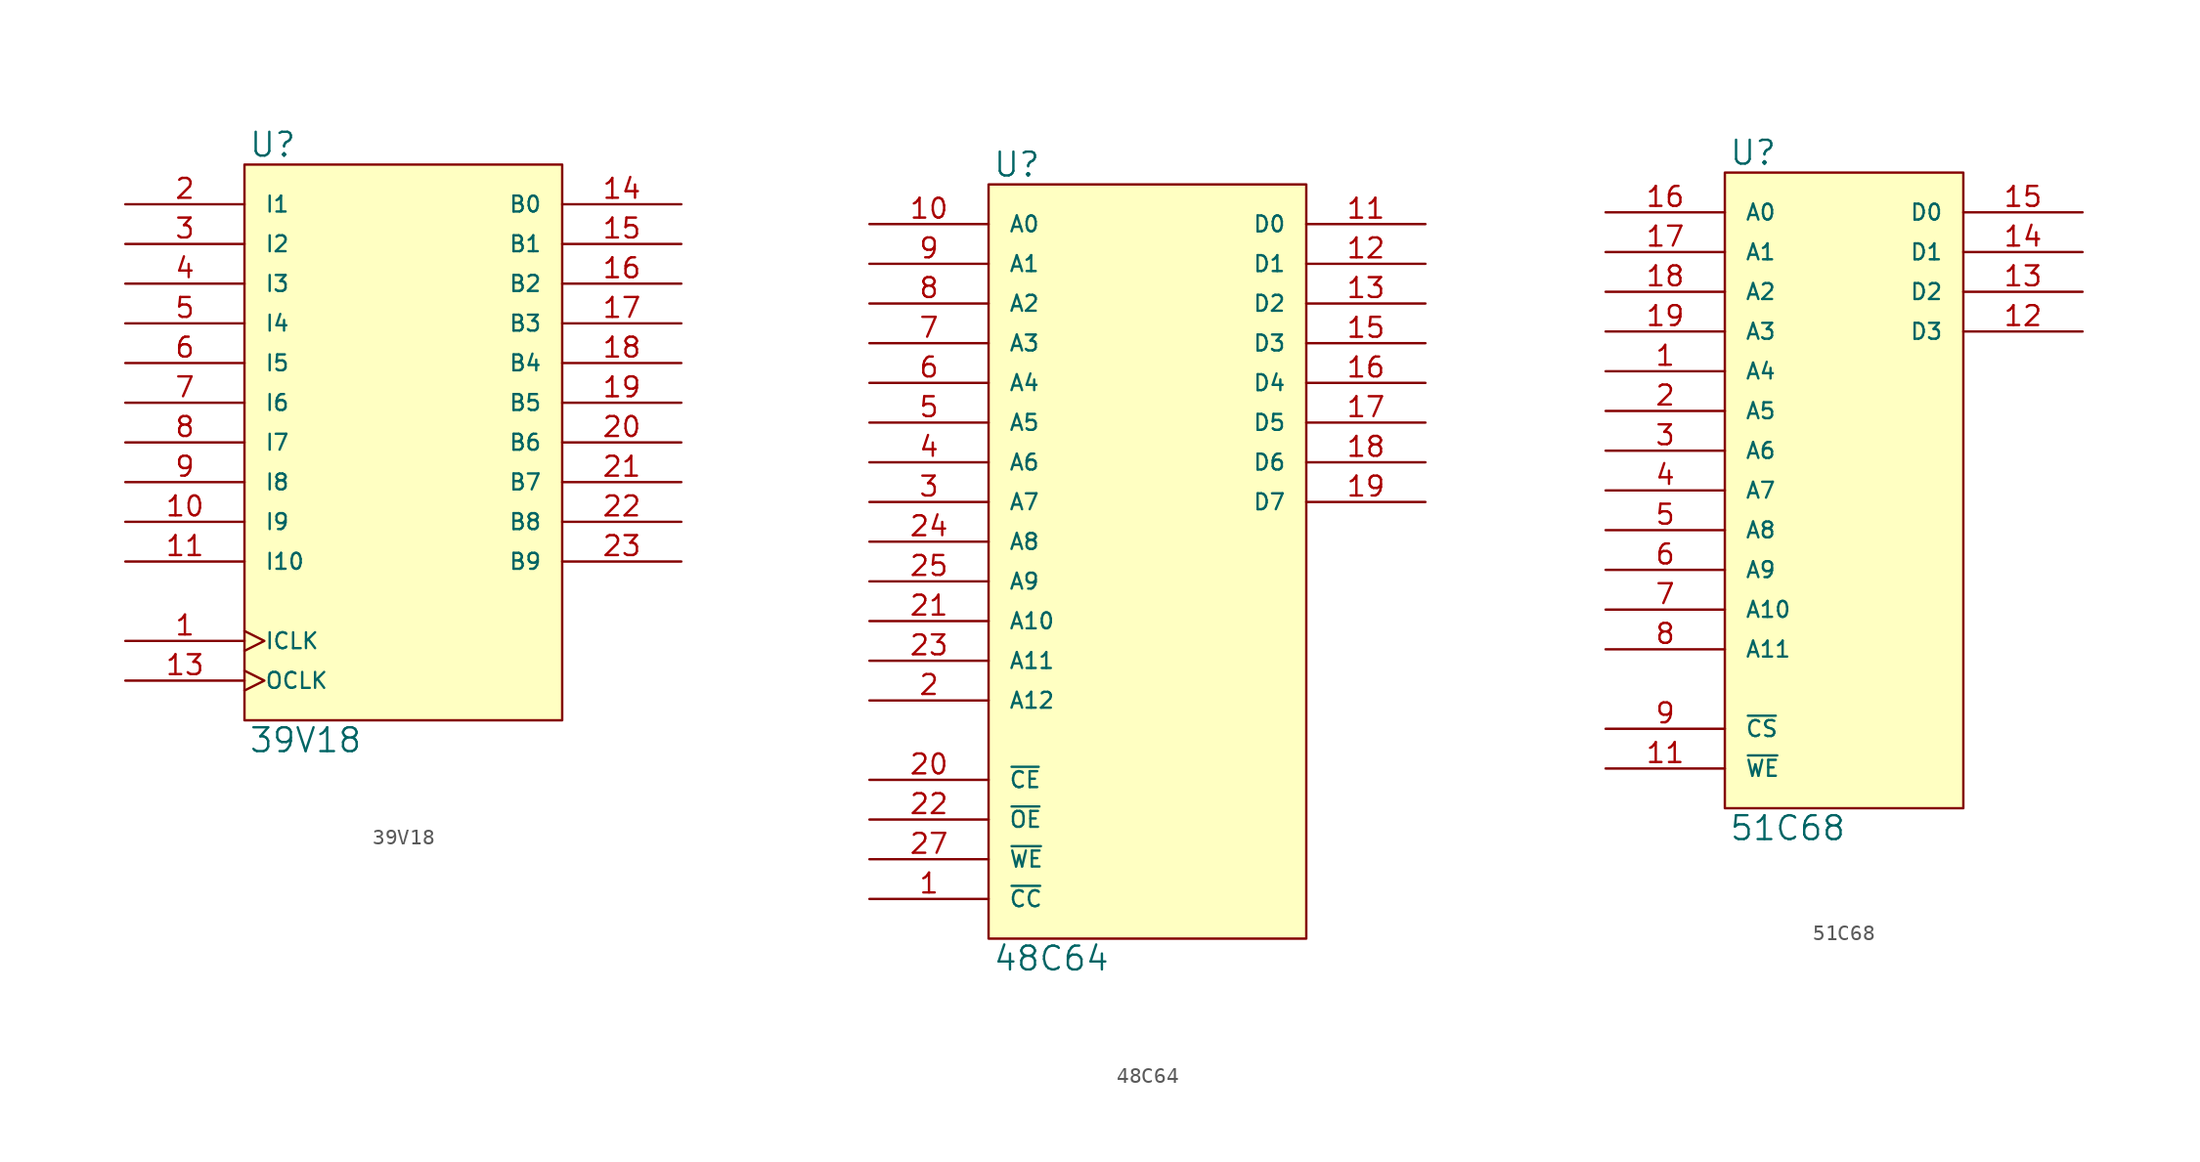
<source format=kicad_sym>
(kicad_symbol_lib
  (version 20231120)
  (generator "kicad_symbol_editor")
  (generator_version "8.0")
  (symbol "39V18"
    (pin_names
      (offset 1.27))
    (property "Reference" "U"
      (at 0.254 0.381 0)
      (effects (font (size 1.524 1.524)) (justify left bottom)))
    (property "Value" "39V18"
      (at 0.254 -35.941 0)
      (effects (font (size 1.524 1.524)) (justify left top)))
    (symbol "39V18_0_1"
      (rectangle (start 0 0) (end 20.32 -35.56) (stroke (width 0) (type solid)) (fill (type background))))
    (symbol "39V18_1_1"
      (pin input clock (at -7.62 -30.48 0) (length 7.62) (name "ICLK" (effects (font (size 1.016 1.016)))) (number "1" (effects (font (size 1.27 1.27)))))
      (pin input line (at -7.62 -22.86 0) (length 7.62) (name "I9" (effects (font (size 1.016 1.016)))) (number "10" (effects (font (size 1.27 1.27)))))
      (pin input line (at -7.62 -25.4 0) (length 7.62) (name "I10" (effects (font (size 1.016 1.016)))) (number "11" (effects (font (size 1.27 1.27)))))
      (pin power_in line (at 0 -35.56 90) (length 0) hide (name "GND" (effects (font (size 1.016 1.016)))) (number "12" (effects (font (size 1.27 1.27)))))
      (pin input clock (at -7.62 -33.02 0) (length 7.62) (name "OCLK" (effects (font (size 1.016 1.016)))) (number "13" (effects (font (size 1.27 1.27)))))
      (pin bidirectional line (at 27.94 -2.54 180) (length 7.62) (name "B0" (effects (font (size 1.016 1.016)))) (number "14" (effects (font (size 1.27 1.27)))))
      (pin bidirectional line (at 27.94 -5.08 180) (length 7.62) (name "B1" (effects (font (size 1.016 1.016)))) (number "15" (effects (font (size 1.27 1.27)))))
      (pin bidirectional line (at 27.94 -7.62 180) (length 7.62) (name "B2" (effects (font (size 1.016 1.016)))) (number "16" (effects (font (size 1.27 1.27)))))
      (pin bidirectional line (at 27.94 -10.16 180) (length 7.62) (name "B3" (effects (font (size 1.016 1.016)))) (number "17" (effects (font (size 1.27 1.27)))))
      (pin bidirectional line (at 27.94 -12.7 180) (length 7.62) (name "B4" (effects (font (size 1.016 1.016)))) (number "18" (effects (font (size 1.27 1.27)))))
      (pin bidirectional line (at 27.94 -15.24 180) (length 7.62) (name "B5" (effects (font (size 1.016 1.016)))) (number "19" (effects (font (size 1.27 1.27)))))
      (pin input line (at -7.62 -2.54 0) (length 7.62) (name "I1" (effects (font (size 1.016 1.016)))) (number "2" (effects (font (size 1.27 1.27)))))
      (pin bidirectional line (at 27.94 -17.78 180) (length 7.62) (name "B6" (effects (font (size 1.016 1.016)))) (number "20" (effects (font (size 1.27 1.27)))))
      (pin bidirectional line (at 27.94 -20.32 180) (length 7.62) (name "B7" (effects (font (size 1.016 1.016)))) (number "21" (effects (font (size 1.27 1.27)))))
      (pin bidirectional line (at 27.94 -22.86 180) (length 7.62) (name "B8" (effects (font (size 1.016 1.016)))) (number "22" (effects (font (size 1.27 1.27)))))
      (pin bidirectional line (at 27.94 -25.4 180) (length 7.62) (name "B9" (effects (font (size 1.016 1.016)))) (number "23" (effects (font (size 1.27 1.27)))))
      (pin power_in line (at 0 0 270) (length 0) hide (name "VCC" (effects (font (size 1.016 1.016)))) (number "24" (effects (font (size 1.27 1.27)))))
      (pin input line (at -7.62 -5.08 0) (length 7.62) (name "I2" (effects (font (size 1.016 1.016)))) (number "3" (effects (font (size 1.27 1.27)))))
      (pin input line (at -7.62 -7.62 0) (length 7.62) (name "I3" (effects (font (size 1.016 1.016)))) (number "4" (effects (font (size 1.27 1.27)))))
      (pin input line (at -7.62 -10.16 0) (length 7.62) (name "I4" (effects (font (size 1.016 1.016)))) (number "5" (effects (font (size 1.27 1.27)))))
      (pin input line (at -7.62 -12.7 0) (length 7.62) (name "I5" (effects (font (size 1.016 1.016)))) (number "6" (effects (font (size 1.27 1.27)))))
      (pin input line (at -7.62 -15.24 0) (length 7.62) (name "I6" (effects (font (size 1.016 1.016)))) (number "7" (effects (font (size 1.27 1.27)))))
      (pin input line (at -7.62 -17.78 0) (length 7.62) (name "I7" (effects (font (size 1.016 1.016)))) (number "8" (effects (font (size 1.27 1.27)))))
      (pin input line (at -7.62 -20.32 0) (length 7.62) (name "I8" (effects (font (size 1.016 1.016)))) (number "9" (effects (font (size 1.27 1.27)))))))
  (symbol "48C64"
    (pin_names
      (offset 1.27))
    (property "Reference" "U"
      (at 0.254 0.381 0)
      (effects (font (size 1.524 1.524)) (justify left bottom)))
    (property "Value" "48C64"
      (at 0.254 -48.641 0)
      (effects (font (size 1.524 1.524)) (justify left top)))
    (symbol "48C64_0_1"
      (rectangle (start 0 0) (end 20.32 -48.26) (stroke (width 0) (type solid)) (fill (type background))))
    (symbol "48C64_1_1"
      (pin input line (at -7.62 -45.72 0) (length 7.62) (name "~{CC}" (effects (font (size 1.016 1.016)))) (number "1" (effects (font (size 1.27 1.27)))))
      (pin input line (at -7.62 -2.54 0) (length 7.62) (name "A0" (effects (font (size 1.016 1.016)))) (number "10" (effects (font (size 1.27 1.27)))))
      (pin tri_state line (at 27.94 -2.54 180) (length 7.62) (name "D0" (effects (font (size 1.016 1.016)))) (number "11" (effects (font (size 1.27 1.27)))))
      (pin tri_state line (at 27.94 -5.08 180) (length 7.62) (name "D1" (effects (font (size 1.016 1.016)))) (number "12" (effects (font (size 1.27 1.27)))))
      (pin tri_state line (at 27.94 -7.62 180) (length 7.62) (name "D2" (effects (font (size 1.016 1.016)))) (number "13" (effects (font (size 1.27 1.27)))))
      (pin power_in line (at 0 -48.26 90) (length 0) hide (name "GND" (effects (font (size 1.016 1.016)))) (number "14" (effects (font (size 1.27 1.27)))))
      (pin tri_state line (at 27.94 -10.16 180) (length 7.62) (name "D3" (effects (font (size 1.016 1.016)))) (number "15" (effects (font (size 1.27 1.27)))))
      (pin tri_state line (at 27.94 -12.7 180) (length 7.62) (name "D4" (effects (font (size 1.016 1.016)))) (number "16" (effects (font (size 1.27 1.27)))))
      (pin tri_state line (at 27.94 -15.24 180) (length 7.62) (name "D5" (effects (font (size 1.016 1.016)))) (number "17" (effects (font (size 1.27 1.27)))))
      (pin tri_state line (at 27.94 -17.78 180) (length 7.62) (name "D6" (effects (font (size 1.016 1.016)))) (number "18" (effects (font (size 1.27 1.27)))))
      (pin tri_state line (at 27.94 -20.32 180) (length 7.62) (name "D7" (effects (font (size 1.016 1.016)))) (number "19" (effects (font (size 1.27 1.27)))))
      (pin input line (at -7.62 -33.02 0) (length 7.62) (name "A12" (effects (font (size 1.016 1.016)))) (number "2" (effects (font (size 1.27 1.27)))))
      (pin input line (at -7.62 -38.1 0) (length 7.62) (name "~{CE}" (effects (font (size 1.016 1.016)))) (number "20" (effects (font (size 1.27 1.27)))))
      (pin input line (at -7.62 -27.94 0) (length 7.62) (name "A10" (effects (font (size 1.016 1.016)))) (number "21" (effects (font (size 1.27 1.27)))))
      (pin input line (at -7.62 -40.64 0) (length 7.62) (name "~{OE}" (effects (font (size 1.016 1.016)))) (number "22" (effects (font (size 1.27 1.27)))))
      (pin input line (at -7.62 -30.48 0) (length 7.62) (name "A11" (effects (font (size 1.016 1.016)))) (number "23" (effects (font (size 1.27 1.27)))))
      (pin input line (at -7.62 -22.86 0) (length 7.62) (name "A8" (effects (font (size 1.016 1.016)))) (number "24" (effects (font (size 1.27 1.27)))))
      (pin input line (at -7.62 -25.4 0) (length 7.62) (name "A9" (effects (font (size 1.016 1.016)))) (number "25" (effects (font (size 1.27 1.27)))))
      (pin input line (at -7.62 -43.18 0) (length 7.62) (name "~{WE}" (effects (font (size 1.016 1.016)))) (number "27" (effects (font (size 1.27 1.27)))))
      (pin power_in line (at 0 0 270) (length 0) hide (name "VCC" (effects (font (size 1.016 1.016)))) (number "28" (effects (font (size 1.27 1.27)))))
      (pin input line (at -7.62 -20.32 0) (length 7.62) (name "A7" (effects (font (size 1.016 1.016)))) (number "3" (effects (font (size 1.27 1.27)))))
      (pin input line (at -7.62 -17.78 0) (length 7.62) (name "A6" (effects (font (size 1.016 1.016)))) (number "4" (effects (font (size 1.27 1.27)))))
      (pin input line (at -7.62 -15.24 0) (length 7.62) (name "A5" (effects (font (size 1.016 1.016)))) (number "5" (effects (font (size 1.27 1.27)))))
      (pin input line (at -7.62 -12.7 0) (length 7.62) (name "A4" (effects (font (size 1.016 1.016)))) (number "6" (effects (font (size 1.27 1.27)))))
      (pin input line (at -7.62 -10.16 0) (length 7.62) (name "A3" (effects (font (size 1.016 1.016)))) (number "7" (effects (font (size 1.27 1.27)))))
      (pin input line (at -7.62 -7.62 0) (length 7.62) (name "A2" (effects (font (size 1.016 1.016)))) (number "8" (effects (font (size 1.27 1.27)))))
      (pin input line (at -7.62 -5.08 0) (length 7.62) (name "A1" (effects (font (size 1.016 1.016)))) (number "9" (effects (font (size 1.27 1.27)))))))
  (symbol "51C68"
    (pin_names
      (offset 1.27))
    (property "Reference" "U"
      (at 0.254 0.381 0)
      (effects (font (size 1.524 1.524)) (justify left bottom)))
    (property "Value" "51C68"
      (at 0.254 -41.021 0)
      (effects (font (size 1.524 1.524)) (justify left top)))
    (symbol "51C68_0_1"
      (rectangle (start 0 0) (end 15.24 -40.64) (stroke (width 0) (type solid)) (fill (type background))))
    (symbol "51C68_1_1"
      (pin input line (at -7.62 -12.7 0) (length 7.62) (name "A4" (effects (font (size 1.016 1.016)))) (number "1" (effects (font (size 1.27 1.27)))))
      (pin power_in line (at 0 -40.64 90) (length 0) hide (name "GND" (effects (font (size 1.016 1.016)))) (number "10" (effects (font (size 1.27 1.27)))))
      (pin input line (at -7.62 -38.1 0) (length 7.62) (name "~{WE}" (effects (font (size 1.016 1.016)))) (number "11" (effects (font (size 1.27 1.27)))))
      (pin bidirectional line (at 22.86 -10.16 180) (length 7.62) (name "D3" (effects (font (size 1.016 1.016)))) (number "12" (effects (font (size 1.27 1.27)))))
      (pin bidirectional line (at 22.86 -7.62 180) (length 7.62) (name "D2" (effects (font (size 1.016 1.016)))) (number "13" (effects (font (size 1.27 1.27)))))
      (pin bidirectional line (at 22.86 -5.08 180) (length 7.62) (name "D1" (effects (font (size 1.016 1.016)))) (number "14" (effects (font (size 1.27 1.27)))))
      (pin bidirectional line (at 22.86 -2.54 180) (length 7.62) (name "D0" (effects (font (size 1.016 1.016)))) (number "15" (effects (font (size 1.27 1.27)))))
      (pin input line (at -7.62 -2.54 0) (length 7.62) (name "A0" (effects (font (size 1.016 1.016)))) (number "16" (effects (font (size 1.27 1.27)))))
      (pin input line (at -7.62 -5.08 0) (length 7.62) (name "A1" (effects (font (size 1.016 1.016)))) (number "17" (effects (font (size 1.27 1.27)))))
      (pin input line (at -7.62 -7.62 0) (length 7.62) (name "A2" (effects (font (size 1.016 1.016)))) (number "18" (effects (font (size 1.27 1.27)))))
      (pin input line (at -7.62 -10.16 0) (length 7.62) (name "A3" (effects (font (size 1.016 1.016)))) (number "19" (effects (font (size 1.27 1.27)))))
      (pin input line (at -7.62 -15.24 0) (length 7.62) (name "A5" (effects (font (size 1.016 1.016)))) (number "2" (effects (font (size 1.27 1.27)))))
      (pin power_in line (at 0 0 270) (length 0) hide (name "VCC" (effects (font (size 1.016 1.016)))) (number "20" (effects (font (size 1.27 1.27)))))
      (pin input line (at -7.62 -17.78 0) (length 7.62) (name "A6" (effects (font (size 1.016 1.016)))) (number "3" (effects (font (size 1.27 1.27)))))
      (pin input line (at -7.62 -20.32 0) (length 7.62) (name "A7" (effects (font (size 1.016 1.016)))) (number "4" (effects (font (size 1.27 1.27)))))
      (pin input line (at -7.62 -22.86 0) (length 7.62) (name "A8" (effects (font (size 1.016 1.016)))) (number "5" (effects (font (size 1.27 1.27)))))
      (pin input line (at -7.62 -25.4 0) (length 7.62) (name "A9" (effects (font (size 1.016 1.016)))) (number "6" (effects (font (size 1.27 1.27)))))
      (pin input line (at -7.62 -27.94 0) (length 7.62) (name "A10" (effects (font (size 1.016 1.016)))) (number "7" (effects (font (size 1.27 1.27)))))
      (pin input line (at -7.62 -30.48 0) (length 7.62) (name "A11" (effects (font (size 1.016 1.016)))) (number "8" (effects (font (size 1.27 1.27)))))
      (pin input line (at -7.62 -35.56 0) (length 7.62) (name "~{CS}" (effects (font (size 1.016 1.016)))) (number "9" (effects (font (size 1.27 1.27))))))))
</source>
